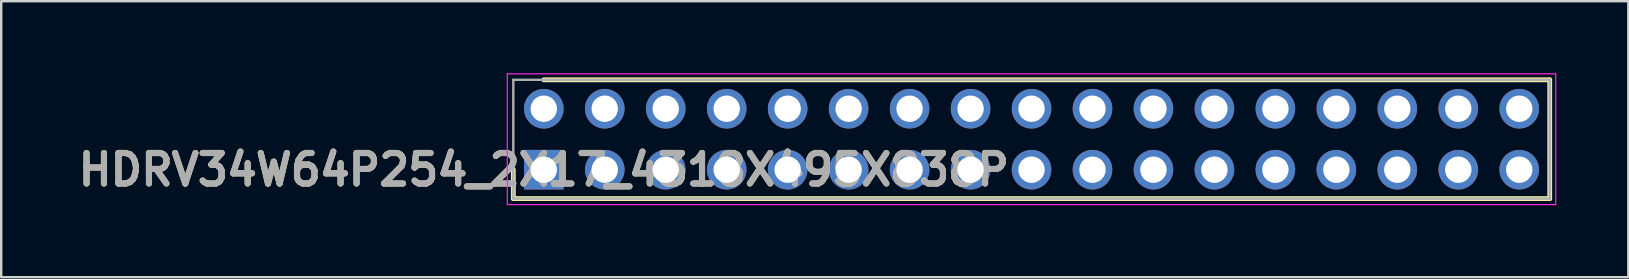
<source format=kicad_pcb>
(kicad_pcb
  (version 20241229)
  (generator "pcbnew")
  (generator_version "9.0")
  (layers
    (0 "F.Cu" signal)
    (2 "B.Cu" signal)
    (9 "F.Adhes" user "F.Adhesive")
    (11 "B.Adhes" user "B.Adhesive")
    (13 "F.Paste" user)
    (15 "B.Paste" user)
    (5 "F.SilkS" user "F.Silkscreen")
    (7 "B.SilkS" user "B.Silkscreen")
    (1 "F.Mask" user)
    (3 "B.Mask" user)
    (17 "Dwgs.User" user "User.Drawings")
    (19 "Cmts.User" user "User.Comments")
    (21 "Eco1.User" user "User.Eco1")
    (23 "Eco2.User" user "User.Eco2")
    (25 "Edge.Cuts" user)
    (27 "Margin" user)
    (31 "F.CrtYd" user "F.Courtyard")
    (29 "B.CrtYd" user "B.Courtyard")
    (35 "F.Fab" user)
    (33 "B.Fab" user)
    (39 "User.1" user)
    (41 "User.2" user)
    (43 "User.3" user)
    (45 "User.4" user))
  (footprint "HDRV34W64P254_2X17_4318X495X838P"
    (layer "F.Cu")
    (at 19.606 4.02)
    (property "Reference" "HDRV34W64P254_2X17_4318X495X838P" (at 0 0 0) (layer "F.SilkS") (effects (font (size 1.27 1.27) (thickness 0.254))))
    (attr through_hole)
    (fp_line (start -1.27 0) (end -1.27 1.205) (stroke (width 0.2) (type solid)) (layer "F.SilkS"))
    (fp_line (start -1.27 1.205) (end 41.91 1.205) (stroke (width 0.2) (type solid)) (layer "F.SilkS"))
    (fp_line (start 41.91 -3.745) (end 0 -3.745) (stroke (width 0.2) (type solid)) (layer "F.SilkS"))
    (fp_line (start 41.91 1.205) (end 41.91 -3.745) (stroke (width 0.2) (type solid)) (layer "F.SilkS"))
    (fp_line (start -1.52 -3.995) (end 42.16 -3.995) (stroke (width 0.05) (type solid)) (layer "F.CrtYd"))
    (fp_line (start -1.52 1.455) (end -1.52 -3.995) (stroke (width 0.05) (type solid)) (layer "F.CrtYd"))
    (fp_line (start 42.16 -3.995) (end 42.16 1.455) (stroke (width 0.05) (type solid)) (layer "F.CrtYd"))
    (fp_line (start 42.16 1.455) (end -1.52 1.455) (stroke (width 0.05) (type solid)) (layer "F.CrtYd"))
    (fp_line (start -1.27 -3.745) (end 41.91 -3.745) (stroke (width 0.1) (type solid)) (layer "F.Fab"))
    (fp_line (start -1.27 1.205) (end -1.27 -3.745) (stroke (width 0.1) (type solid)) (layer "F.Fab"))
    (fp_line (start 41.91 -3.745) (end 41.91 1.205) (stroke (width 0.1) (type solid)) (layer "F.Fab"))
    (fp_line (start 41.91 1.205) (end -1.27 1.205) (stroke (width 0.1) (type solid)) (layer "F.Fab"))
    (fp_text user "${REFERENCE}" (at 0 0 0) (layer "F.Fab") (effects (font (size 1.27 1.27) (thickness 0.254))))
    (pad "1" thru_hole rect (at 0 0) (size 1.65 1.65) (drill 1.1) (layers "*.Cu" "*.Mask"))
    (pad "2" thru_hole circle (at 0 -2.54) (size 1.65 1.65) (drill 1.1) (layers "*.Cu" "*.Mask"))
    (pad "3" thru_hole circle (at 2.54 0) (size 1.65 1.65) (drill 1.1) (layers "*.Cu" "*.Mask"))
    (pad "4" thru_hole circle (at 2.54 -2.54) (size 1.65 1.65) (drill 1.1) (layers "*.Cu" "*.Mask"))
    (pad "5" thru_hole circle (at 5.08 0) (size 1.65 1.65) (drill 1.1) (layers "*.Cu" "*.Mask"))
    (pad "6" thru_hole circle (at 5.08 -2.54) (size 1.65 1.65) (drill 1.1) (layers "*.Cu" "*.Mask"))
    (pad "7" thru_hole circle (at 7.62 0) (size 1.65 1.65) (drill 1.1) (layers "*.Cu" "*.Mask"))
    (pad "8" thru_hole circle (at 7.62 -2.54) (size 1.65 1.65) (drill 1.1) (layers "*.Cu" "*.Mask"))
    (pad "9" thru_hole circle (at 10.16 0) (size 1.65 1.65) (drill 1.1) (layers "*.Cu" "*.Mask"))
    (pad "10" thru_hole circle (at 10.16 -2.54) (size 1.65 1.65) (drill 1.1) (layers "*.Cu" "*.Mask"))
    (pad "11" thru_hole circle (at 12.7 0) (size 1.65 1.65) (drill 1.1) (layers "*.Cu" "*.Mask"))
    (pad "12" thru_hole circle (at 12.7 -2.54) (size 1.65 1.65) (drill 1.1) (layers "*.Cu" "*.Mask"))
    (pad "13" thru_hole circle (at 15.24 0) (size 1.65 1.65) (drill 1.1) (layers "*.Cu" "*.Mask"))
    (pad "14" thru_hole circle (at 15.24 -2.54) (size 1.65 1.65) (drill 1.1) (layers "*.Cu" "*.Mask"))
    (pad "15" thru_hole circle (at 17.78 0) (size 1.65 1.65) (drill 1.1) (layers "*.Cu" "*.Mask"))
    (pad "16" thru_hole circle (at 17.78 -2.54) (size 1.65 1.65) (drill 1.1) (layers "*.Cu" "*.Mask"))
    (pad "17" thru_hole circle (at 20.32 0) (size 1.65 1.65) (drill 1.1) (layers "*.Cu" "*.Mask"))
    (pad "18" thru_hole circle (at 20.32 -2.54) (size 1.65 1.65) (drill 1.1) (layers "*.Cu" "*.Mask"))
    (pad "19" thru_hole circle (at 22.86 0) (size 1.65 1.65) (drill 1.1) (layers "*.Cu" "*.Mask"))
    (pad "20" thru_hole circle (at 22.86 -2.54) (size 1.65 1.65) (drill 1.1) (layers "*.Cu" "*.Mask"))
    (pad "21" thru_hole circle (at 25.4 0) (size 1.65 1.65) (drill 1.1) (layers "*.Cu" "*.Mask"))
    (pad "22" thru_hole circle (at 25.4 -2.54) (size 1.65 1.65) (drill 1.1) (layers "*.Cu" "*.Mask"))
    (pad "23" thru_hole circle (at 27.94 0) (size 1.65 1.65) (drill 1.1) (layers "*.Cu" "*.Mask"))
    (pad "24" thru_hole circle (at 27.94 -2.54) (size 1.65 1.65) (drill 1.1) (layers "*.Cu" "*.Mask"))
    (pad "25" thru_hole circle (at 30.48 0) (size 1.65 1.65) (drill 1.1) (layers "*.Cu" "*.Mask"))
    (pad "26" thru_hole circle (at 30.48 -2.54) (size 1.65 1.65) (drill 1.1) (layers "*.Cu" "*.Mask"))
    (pad "27" thru_hole circle (at 33.02 0) (size 1.65 1.65) (drill 1.1) (layers "*.Cu" "*.Mask"))
    (pad "28" thru_hole circle (at 33.02 -2.54) (size 1.65 1.65) (drill 1.1) (layers "*.Cu" "*.Mask"))
    (pad "29" thru_hole circle (at 35.56 0) (size 1.65 1.65) (drill 1.1) (layers "*.Cu" "*.Mask"))
    (pad "30" thru_hole circle (at 35.56 -2.54) (size 1.65 1.65) (drill 1.1) (layers "*.Cu" "*.Mask"))
    (pad "31" thru_hole circle (at 38.1 0) (size 1.65 1.65) (drill 1.1) (layers "*.Cu" "*.Mask"))
    (pad "32" thru_hole circle (at 38.1 -2.54) (size 1.65 1.65) (drill 1.1) (layers "*.Cu" "*.Mask"))
    (pad "33" thru_hole circle (at 40.64 0) (size 1.65 1.65) (drill 1.1) (layers "*.Cu" "*.Mask"))
    (pad "34" thru_hole circle (at 40.64 -2.54) (size 1.65 1.65) (drill 1.1) (layers "*.Cu" "*.Mask")))
  (gr_rect
    (start -3 -3)
    (end 64.791 8.5)
    (stroke (width 0.1) (type default))
    (fill no)
    (layer "Edge.Cuts")))
</source>
